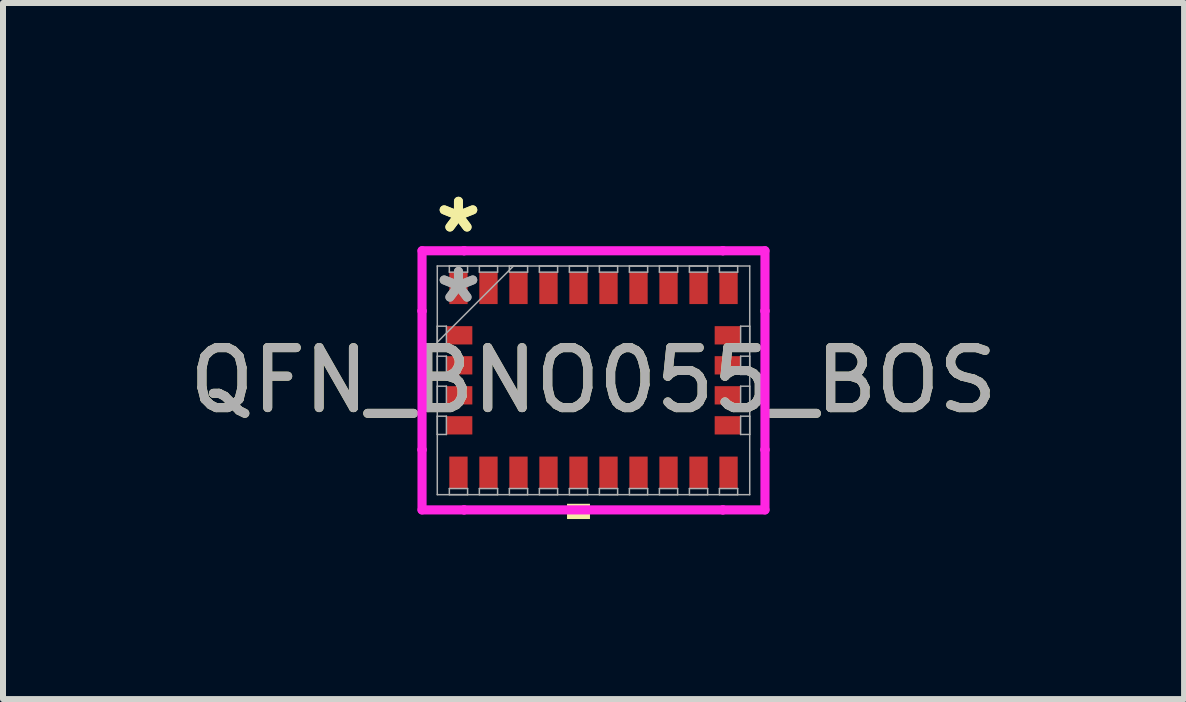
<source format=kicad_pcb>
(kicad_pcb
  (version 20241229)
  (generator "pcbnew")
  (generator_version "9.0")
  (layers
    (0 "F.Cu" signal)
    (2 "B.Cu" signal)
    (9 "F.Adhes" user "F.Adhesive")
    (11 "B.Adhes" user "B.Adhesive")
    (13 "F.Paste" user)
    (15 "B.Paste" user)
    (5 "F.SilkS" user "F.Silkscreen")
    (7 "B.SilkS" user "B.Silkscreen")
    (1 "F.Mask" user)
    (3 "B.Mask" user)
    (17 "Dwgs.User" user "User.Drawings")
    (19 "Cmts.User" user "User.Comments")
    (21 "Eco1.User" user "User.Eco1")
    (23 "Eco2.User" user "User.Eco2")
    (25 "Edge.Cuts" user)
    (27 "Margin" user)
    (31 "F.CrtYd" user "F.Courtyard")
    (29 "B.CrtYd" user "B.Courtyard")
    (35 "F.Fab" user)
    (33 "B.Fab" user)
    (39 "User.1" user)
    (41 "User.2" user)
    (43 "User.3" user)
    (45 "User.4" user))
  (footprint "QFN_BNO055_BOS"
    (layer "F.Cu")
    (at 6.839 3.287)
    (property "Reference" "QFN_BNO055_BOS" (at 0 0 0) (unlocked yes) (layer "F.SilkS") (effects (font (size 1 1) (thickness 0.15))))
    (attr smd)
    (fp_poly (pts (xy -0.441 2.057) (xy -0.441 2.311) (xy -0.059 2.311) (xy -0.059 2.057)) (stroke (width 0) (type solid)) (fill yes) (layer "F.SilkS"))
    (fp_line (start -2.857 -2.159) (end -2.156 -2.159) (stroke (width 0.152) (type solid)) (layer "F.CrtYd"))
    (fp_line (start -2.857 -1.156) (end -2.857 -2.159) (stroke (width 0.152) (type solid)) (layer "F.CrtYd"))
    (fp_line (start -2.857 -1.156) (end -2.857 -1.156) (stroke (width 0.152) (type solid)) (layer "F.CrtYd"))
    (fp_line (start -2.857 1.156) (end -2.857 -1.156) (stroke (width 0.152) (type solid)) (layer "F.CrtYd"))
    (fp_line (start -2.857 1.156) (end -2.857 1.156) (stroke (width 0.152) (type solid)) (layer "F.CrtYd"))
    (fp_line (start -2.857 2.159) (end -2.857 1.156) (stroke (width 0.152) (type solid)) (layer "F.CrtYd"))
    (fp_line (start -2.156 -2.159) (end -2.156 -2.159) (stroke (width 0.152) (type solid)) (layer "F.CrtYd"))
    (fp_line (start -2.156 -2.159) (end 2.156 -2.159) (stroke (width 0.152) (type solid)) (layer "F.CrtYd"))
    (fp_line (start -2.156 2.159) (end -2.857 2.159) (stroke (width 0.152) (type solid)) (layer "F.CrtYd"))
    (fp_line (start -2.156 2.159) (end -2.156 2.159) (stroke (width 0.152) (type solid)) (layer "F.CrtYd"))
    (fp_line (start 2.156 -2.159) (end 2.156 -2.159) (stroke (width 0.152) (type solid)) (layer "F.CrtYd"))
    (fp_line (start 2.156 -2.159) (end 2.857 -2.159) (stroke (width 0.152) (type solid)) (layer "F.CrtYd"))
    (fp_line (start 2.156 2.159) (end -2.156 2.159) (stroke (width 0.152) (type solid)) (layer "F.CrtYd"))
    (fp_line (start 2.156 2.159) (end 2.156 2.159) (stroke (width 0.152) (type solid)) (layer "F.CrtYd"))
    (fp_line (start 2.857 -2.159) (end 2.857 -1.156) (stroke (width 0.152) (type solid)) (layer "F.CrtYd"))
    (fp_line (start 2.857 -1.156) (end 2.857 -1.156) (stroke (width 0.152) (type solid)) (layer "F.CrtYd"))
    (fp_line (start 2.857 -1.156) (end 2.857 1.156) (stroke (width 0.152) (type solid)) (layer "F.CrtYd"))
    (fp_line (start 2.857 1.156) (end 2.857 1.156) (stroke (width 0.152) (type solid)) (layer "F.CrtYd"))
    (fp_line (start 2.857 1.156) (end 2.857 2.159) (stroke (width 0.152) (type solid)) (layer "F.CrtYd"))
    (fp_line (start 2.857 2.159) (end 2.156 2.159) (stroke (width 0.152) (type solid)) (layer "F.CrtYd"))
    (fp_line (start -2.603 -1.905) (end -2.603 1.905) (stroke (width 0.025) (type solid)) (layer "F.Fab"))
    (fp_line (start -2.603 -0.902) (end -2.451 -0.902) (stroke (width 0.025) (type solid)) (layer "F.Fab"))
    (fp_line (start -2.603 -0.635) (end -1.333 -1.905) (stroke (width 0.025) (type solid)) (layer "F.Fab"))
    (fp_line (start -2.603 -0.598) (end -2.603 -0.902) (stroke (width 0.025) (type solid)) (layer "F.Fab"))
    (fp_line (start -2.603 -0.402) (end -2.451 -0.402) (stroke (width 0.025) (type solid)) (layer "F.Fab"))
    (fp_line (start -2.603 -0.098) (end -2.603 -0.402) (stroke (width 0.025) (type solid)) (layer "F.Fab"))
    (fp_line (start -2.603 0.098) (end -2.451 0.098) (stroke (width 0.025) (type solid)) (layer "F.Fab"))
    (fp_line (start -2.603 0.402) (end -2.603 0.098) (stroke (width 0.025) (type solid)) (layer "F.Fab"))
    (fp_line (start -2.603 0.598) (end -2.451 0.598) (stroke (width 0.025) (type solid)) (layer "F.Fab"))
    (fp_line (start -2.603 0.902) (end -2.603 0.598) (stroke (width 0.025) (type solid)) (layer "F.Fab"))
    (fp_line (start -2.603 1.905) (end 2.603 1.905) (stroke (width 0.025) (type solid)) (layer "F.Fab"))
    (fp_line (start -2.451 -0.902) (end -2.451 -0.598) (stroke (width 0.025) (type solid)) (layer "F.Fab"))
    (fp_line (start -2.451 -0.598) (end -2.603 -0.598) (stroke (width 0.025) (type solid)) (layer "F.Fab"))
    (fp_line (start -2.451 -0.402) (end -2.451 -0.098) (stroke (width 0.025) (type solid)) (layer "F.Fab"))
    (fp_line (start -2.451 -0.098) (end -2.603 -0.098) (stroke (width 0.025) (type solid)) (layer "F.Fab"))
    (fp_line (start -2.451 0.098) (end -2.451 0.402) (stroke (width 0.025) (type solid)) (layer "F.Fab"))
    (fp_line (start -2.451 0.402) (end -2.603 0.402) (stroke (width 0.025) (type solid)) (layer "F.Fab"))
    (fp_line (start -2.451 0.598) (end -2.451 0.902) (stroke (width 0.025) (type solid)) (layer "F.Fab"))
    (fp_line (start -2.451 0.902) (end -2.603 0.902) (stroke (width 0.025) (type solid)) (layer "F.Fab"))
    (fp_line (start -2.402 -1.905) (end -2.098 -1.905) (stroke (width 0.025) (type solid)) (layer "F.Fab"))
    (fp_line (start -2.402 -1.803) (end -2.402 -1.905) (stroke (width 0.025) (type solid)) (layer "F.Fab"))
    (fp_line (start -2.402 1.803) (end -2.098 1.803) (stroke (width 0.025) (type solid)) (layer "F.Fab"))
    (fp_line (start -2.402 1.905) (end -2.402 1.803) (stroke (width 0.025) (type solid)) (layer "F.Fab"))
    (fp_line (start -2.098 -1.905) (end -2.098 -1.803) (stroke (width 0.025) (type solid)) (layer "F.Fab"))
    (fp_line (start -2.098 -1.803) (end -2.402 -1.803) (stroke (width 0.025) (type solid)) (layer "F.Fab"))
    (fp_line (start -2.098 1.803) (end -2.098 1.905) (stroke (width 0.025) (type solid)) (layer "F.Fab"))
    (fp_line (start -2.098 1.905) (end -2.402 1.905) (stroke (width 0.025) (type solid)) (layer "F.Fab"))
    (fp_line (start -1.902 -1.905) (end -1.598 -1.905) (stroke (width 0.025) (type solid)) (layer "F.Fab"))
    (fp_line (start -1.902 -1.803) (end -1.902 -1.905) (stroke (width 0.025) (type solid)) (layer "F.Fab"))
    (fp_line (start -1.902 1.803) (end -1.598 1.803) (stroke (width 0.025) (type solid)) (layer "F.Fab"))
    (fp_line (start -1.902 1.905) (end -1.902 1.803) (stroke (width 0.025) (type solid)) (layer "F.Fab"))
    (fp_line (start -1.598 -1.905) (end -1.598 -1.803) (stroke (width 0.025) (type solid)) (layer "F.Fab"))
    (fp_line (start -1.598 -1.803) (end -1.902 -1.803) (stroke (width 0.025) (type solid)) (layer "F.Fab"))
    (fp_line (start -1.598 1.803) (end -1.598 1.905) (stroke (width 0.025) (type solid)) (layer "F.Fab"))
    (fp_line (start -1.598 1.905) (end -1.902 1.905) (stroke (width 0.025) (type solid)) (layer "F.Fab"))
    (fp_line (start -1.402 -1.905) (end -1.098 -1.905) (stroke (width 0.025) (type solid)) (layer "F.Fab"))
    (fp_line (start -1.402 -1.803) (end -1.402 -1.905) (stroke (width 0.025) (type solid)) (layer "F.Fab"))
    (fp_line (start -1.402 1.803) (end -1.098 1.803) (stroke (width 0.025) (type solid)) (layer "F.Fab"))
    (fp_line (start -1.402 1.905) (end -1.402 1.803) (stroke (width 0.025) (type solid)) (layer "F.Fab"))
    (fp_line (start -1.098 -1.905) (end -1.098 -1.803) (stroke (width 0.025) (type solid)) (layer "F.Fab"))
    (fp_line (start -1.098 -1.803) (end -1.402 -1.803) (stroke (width 0.025) (type solid)) (layer "F.Fab"))
    (fp_line (start -1.098 1.803) (end -1.098 1.905) (stroke (width 0.025) (type solid)) (layer "F.Fab"))
    (fp_line (start -1.098 1.905) (end -1.402 1.905) (stroke (width 0.025) (type solid)) (layer "F.Fab"))
    (fp_line (start -0.902 -1.905) (end -0.598 -1.905) (stroke (width 0.025) (type solid)) (layer "F.Fab"))
    (fp_line (start -0.902 -1.803) (end -0.902 -1.905) (stroke (width 0.025) (type solid)) (layer "F.Fab"))
    (fp_line (start -0.902 1.803) (end -0.598 1.803) (stroke (width 0.025) (type solid)) (layer "F.Fab"))
    (fp_line (start -0.902 1.905) (end -0.902 1.803) (stroke (width 0.025) (type solid)) (layer "F.Fab"))
    (fp_line (start -0.598 -1.905) (end -0.598 -1.803) (stroke (width 0.025) (type solid)) (layer "F.Fab"))
    (fp_line (start -0.598 -1.803) (end -0.902 -1.803) (stroke (width 0.025) (type solid)) (layer "F.Fab"))
    (fp_line (start -0.598 1.803) (end -0.598 1.905) (stroke (width 0.025) (type solid)) (layer "F.Fab"))
    (fp_line (start -0.598 1.905) (end -0.902 1.905) (stroke (width 0.025) (type solid)) (layer "F.Fab"))
    (fp_line (start -0.402 -1.905) (end -0.098 -1.905) (stroke (width 0.025) (type solid)) (layer "F.Fab"))
    (fp_line (start -0.402 -1.803) (end -0.402 -1.905) (stroke (width 0.025) (type solid)) (layer "F.Fab"))
    (fp_line (start -0.402 1.803) (end -0.098 1.803) (stroke (width 0.025) (type solid)) (layer "F.Fab"))
    (fp_line (start -0.402 1.905) (end -0.402 1.803) (stroke (width 0.025) (type solid)) (layer "F.Fab"))
    (fp_line (start -0.098 -1.905) (end -0.098 -1.803) (stroke (width 0.025) (type solid)) (layer "F.Fab"))
    (fp_line (start -0.098 -1.803) (end -0.402 -1.803) (stroke (width 0.025) (type solid)) (layer "F.Fab"))
    (fp_line (start -0.098 1.803) (end -0.098 1.905) (stroke (width 0.025) (type solid)) (layer "F.Fab"))
    (fp_line (start -0.098 1.905) (end -0.402 1.905) (stroke (width 0.025) (type solid)) (layer "F.Fab"))
    (fp_line (start 0.098 -1.905) (end 0.402 -1.905) (stroke (width 0.025) (type solid)) (layer "F.Fab"))
    (fp_line (start 0.098 -1.803) (end 0.098 -1.905) (stroke (width 0.025) (type solid)) (layer "F.Fab"))
    (fp_line (start 0.098 1.803) (end 0.402 1.803) (stroke (width 0.025) (type solid)) (layer "F.Fab"))
    (fp_line (start 0.098 1.905) (end 0.098 1.803) (stroke (width 0.025) (type solid)) (layer "F.Fab"))
    (fp_line (start 0.402 -1.905) (end 0.402 -1.803) (stroke (width 0.025) (type solid)) (layer "F.Fab"))
    (fp_line (start 0.402 -1.803) (end 0.098 -1.803) (stroke (width 0.025) (type solid)) (layer "F.Fab"))
    (fp_line (start 0.402 1.803) (end 0.402 1.905) (stroke (width 0.025) (type solid)) (layer "F.Fab"))
    (fp_line (start 0.402 1.905) (end 0.098 1.905) (stroke (width 0.025) (type solid)) (layer "F.Fab"))
    (fp_line (start 0.598 -1.905) (end 0.902 -1.905) (stroke (width 0.025) (type solid)) (layer "F.Fab"))
    (fp_line (start 0.598 -1.803) (end 0.598 -1.905) (stroke (width 0.025) (type solid)) (layer "F.Fab"))
    (fp_line (start 0.598 1.803) (end 0.902 1.803) (stroke (width 0.025) (type solid)) (layer "F.Fab"))
    (fp_line (start 0.598 1.905) (end 0.598 1.803) (stroke (width 0.025) (type solid)) (layer "F.Fab"))
    (fp_line (start 0.902 -1.905) (end 0.902 -1.803) (stroke (width 0.025) (type solid)) (layer "F.Fab"))
    (fp_line (start 0.902 -1.803) (end 0.598 -1.803) (stroke (width 0.025) (type solid)) (layer "F.Fab"))
    (fp_line (start 0.902 1.803) (end 0.902 1.905) (stroke (width 0.025) (type solid)) (layer "F.Fab"))
    (fp_line (start 0.902 1.905) (end 0.598 1.905) (stroke (width 0.025) (type solid)) (layer "F.Fab"))
    (fp_line (start 1.098 -1.905) (end 1.402 -1.905) (stroke (width 0.025) (type solid)) (layer "F.Fab"))
    (fp_line (start 1.098 -1.803) (end 1.098 -1.905) (stroke (width 0.025) (type solid)) (layer "F.Fab"))
    (fp_line (start 1.098 1.803) (end 1.402 1.803) (stroke (width 0.025) (type solid)) (layer "F.Fab"))
    (fp_line (start 1.098 1.905) (end 1.098 1.803) (stroke (width 0.025) (type solid)) (layer "F.Fab"))
    (fp_line (start 1.402 -1.905) (end 1.402 -1.803) (stroke (width 0.025) (type solid)) (layer "F.Fab"))
    (fp_line (start 1.402 -1.803) (end 1.098 -1.803) (stroke (width 0.025) (type solid)) (layer "F.Fab"))
    (fp_line (start 1.402 1.803) (end 1.402 1.905) (stroke (width 0.025) (type solid)) (layer "F.Fab"))
    (fp_line (start 1.402 1.905) (end 1.098 1.905) (stroke (width 0.025) (type solid)) (layer "F.Fab"))
    (fp_line (start 1.598 -1.905) (end 1.902 -1.905) (stroke (width 0.025) (type solid)) (layer "F.Fab"))
    (fp_line (start 1.598 -1.803) (end 1.598 -1.905) (stroke (width 0.025) (type solid)) (layer "F.Fab"))
    (fp_line (start 1.598 1.803) (end 1.902 1.803) (stroke (width 0.025) (type solid)) (layer "F.Fab"))
    (fp_line (start 1.598 1.905) (end 1.598 1.803) (stroke (width 0.025) (type solid)) (layer "F.Fab"))
    (fp_line (start 1.902 -1.905) (end 1.902 -1.803) (stroke (width 0.025) (type solid)) (layer "F.Fab"))
    (fp_line (start 1.902 -1.803) (end 1.598 -1.803) (stroke (width 0.025) (type solid)) (layer "F.Fab"))
    (fp_line (start 1.902 1.803) (end 1.902 1.905) (stroke (width 0.025) (type solid)) (layer "F.Fab"))
    (fp_line (start 1.902 1.905) (end 1.598 1.905) (stroke (width 0.025) (type solid)) (layer "F.Fab"))
    (fp_line (start 2.098 -1.905) (end 2.402 -1.905) (stroke (width 0.025) (type solid)) (layer "F.Fab"))
    (fp_line (start 2.098 -1.803) (end 2.098 -1.905) (stroke (width 0.025) (type solid)) (layer "F.Fab"))
    (fp_line (start 2.098 1.803) (end 2.402 1.803) (stroke (width 0.025) (type solid)) (layer "F.Fab"))
    (fp_line (start 2.098 1.905) (end 2.098 1.803) (stroke (width 0.025) (type solid)) (layer "F.Fab"))
    (fp_line (start 2.402 -1.905) (end 2.402 -1.803) (stroke (width 0.025) (type solid)) (layer "F.Fab"))
    (fp_line (start 2.402 -1.803) (end 2.098 -1.803) (stroke (width 0.025) (type solid)) (layer "F.Fab"))
    (fp_line (start 2.402 1.803) (end 2.402 1.905) (stroke (width 0.025) (type solid)) (layer "F.Fab"))
    (fp_line (start 2.402 1.905) (end 2.098 1.905) (stroke (width 0.025) (type solid)) (layer "F.Fab"))
    (fp_line (start 2.451 -0.902) (end 2.603 -0.902) (stroke (width 0.025) (type solid)) (layer "F.Fab"))
    (fp_line (start 2.451 -0.598) (end 2.451 -0.902) (stroke (width 0.025) (type solid)) (layer "F.Fab"))
    (fp_line (start 2.451 -0.402) (end 2.603 -0.402) (stroke (width 0.025) (type solid)) (layer "F.Fab"))
    (fp_line (start 2.451 -0.098) (end 2.451 -0.402) (stroke (width 0.025) (type solid)) (layer "F.Fab"))
    (fp_line (start 2.451 0.098) (end 2.603 0.098) (stroke (width 0.025) (type solid)) (layer "F.Fab"))
    (fp_line (start 2.451 0.402) (end 2.451 0.098) (stroke (width 0.025) (type solid)) (layer "F.Fab"))
    (fp_line (start 2.451 0.598) (end 2.603 0.598) (stroke (width 0.025) (type solid)) (layer "F.Fab"))
    (fp_line (start 2.451 0.902) (end 2.451 0.598) (stroke (width 0.025) (type solid)) (layer "F.Fab"))
    (fp_line (start 2.603 -1.905) (end -2.603 -1.905) (stroke (width 0.025) (type solid)) (layer "F.Fab"))
    (fp_line (start 2.603 -0.902) (end 2.603 -0.598) (stroke (width 0.025) (type solid)) (layer "F.Fab"))
    (fp_line (start 2.603 -0.598) (end 2.451 -0.598) (stroke (width 0.025) (type solid)) (layer "F.Fab"))
    (fp_line (start 2.603 -0.402) (end 2.603 -0.098) (stroke (width 0.025) (type solid)) (layer "F.Fab"))
    (fp_line (start 2.603 -0.098) (end 2.451 -0.098) (stroke (width 0.025) (type solid)) (layer "F.Fab"))
    (fp_line (start 2.603 0.098) (end 2.603 0.402) (stroke (width 0.025) (type solid)) (layer "F.Fab"))
    (fp_line (start 2.603 0.402) (end 2.451 0.402) (stroke (width 0.025) (type solid)) (layer "F.Fab"))
    (fp_line (start 2.603 0.598) (end 2.603 0.902) (stroke (width 0.025) (type solid)) (layer "F.Fab"))
    (fp_line (start 2.603 0.902) (end 2.451 0.902) (stroke (width 0.025) (type solid)) (layer "F.Fab"))
    (fp_line (start 2.603 1.905) (end 2.603 -1.905) (stroke (width 0.025) (type solid)) (layer "F.Fab"))
    (fp_text user "*" (at -2.25 -2.438 0) (layer "F.SilkS") (effects (font (size 1 1) (thickness 0.15))))
    (fp_text user "*" (at -2.25 -2.438 0) (unlocked yes) (layer "F.SilkS") (effects (font (size 1 1) (thickness 0.15))))
    (fp_text user "*" (at -2.25 -1.27 0) (unlocked yes) (layer "F.Fab") (effects (font (size 1 1) (thickness 0.15))))
    (fp_text user "*" (at -2.25 -1.27 0) (layer "F.Fab") (effects (font (size 1 1) (thickness 0.15))))
    (fp_text user "${REFERENCE}" (at 0 0 0) (unlocked yes) (layer "F.Fab") (effects (font (size 1 1) (thickness 0.15))))
    (pad "1" smd rect (at -2.25 -1.537) (size 0.305 0.533) (layers "F.Cu" "F.Mask" "F.Paste"))
    (pad "2" smd rect (at -2.235 -0.75 90) (size 0.305 0.432) (layers "F.Cu" "F.Mask" "F.Paste"))
    (pad "3" smd rect (at -2.235 -0.25 90) (size 0.305 0.432) (layers "F.Cu" "F.Mask" "F.Paste"))
    (pad "4" smd rect (at -2.235 0.25 90) (size 0.305 0.432) (layers "F.Cu" "F.Mask" "F.Paste"))
    (pad "5" smd rect (at -2.235 0.75 90) (size 0.305 0.432) (layers "F.Cu" "F.Mask" "F.Paste"))
    (pad "6" smd rect (at -2.25 1.537) (size 0.305 0.533) (layers "F.Cu" "F.Mask" "F.Paste"))
    (pad "7" smd rect (at -1.75 1.537) (size 0.305 0.533) (layers "F.Cu" "F.Mask" "F.Paste"))
    (pad "8" smd rect (at -1.25 1.537) (size 0.305 0.533) (layers "F.Cu" "F.Mask" "F.Paste"))
    (pad "9" smd rect (at -0.75 1.537) (size 0.305 0.533) (layers "F.Cu" "F.Mask" "F.Paste"))
    (pad "10" smd rect (at -0.25 1.537) (size 0.305 0.533) (layers "F.Cu" "F.Mask" "F.Paste"))
    (pad "11" smd rect (at 0.25 1.537) (size 0.305 0.533) (layers "F.Cu" "F.Mask" "F.Paste"))
    (pad "12" smd rect (at 0.75 1.537) (size 0.305 0.533) (layers "F.Cu" "F.Mask" "F.Paste"))
    (pad "13" smd rect (at 1.25 1.537) (size 0.305 0.533) (layers "F.Cu" "F.Mask" "F.Paste"))
    (pad "14" smd rect (at 1.75 1.537) (size 0.305 0.533) (layers "F.Cu" "F.Mask" "F.Paste"))
    (pad "15" smd rect (at 2.25 1.537) (size 0.305 0.533) (layers "F.Cu" "F.Mask" "F.Paste"))
    (pad "16" smd rect (at 2.235 0.75 90) (size 0.305 0.432) (layers "F.Cu" "F.Mask" "F.Paste"))
    (pad "17" smd rect (at 2.235 0.25 90) (size 0.305 0.432) (layers "F.Cu" "F.Mask" "F.Paste"))
    (pad "18" smd rect (at 2.235 -0.25 90) (size 0.305 0.432) (layers "F.Cu" "F.Mask" "F.Paste"))
    (pad "19" smd rect (at 2.235 -0.75 90) (size 0.305 0.432) (layers "F.Cu" "F.Mask" "F.Paste"))
    (pad "20" smd rect (at 2.25 -1.537) (size 0.305 0.533) (layers "F.Cu" "F.Mask" "F.Paste"))
    (pad "21" smd rect (at 1.75 -1.537) (size 0.305 0.533) (layers "F.Cu" "F.Mask" "F.Paste"))
    (pad "22" smd rect (at 1.25 -1.537) (size 0.305 0.533) (layers "F.Cu" "F.Mask" "F.Paste"))
    (pad "23" smd rect (at 0.75 -1.537) (size 0.305 0.533) (layers "F.Cu" "F.Mask" "F.Paste"))
    (pad "24" smd rect (at 0.25 -1.537) (size 0.305 0.533) (layers "F.Cu" "F.Mask" "F.Paste"))
    (pad "25" smd rect (at -0.25 -1.537) (size 0.305 0.533) (layers "F.Cu" "F.Mask" "F.Paste"))
    (pad "26" smd rect (at -0.75 -1.537) (size 0.305 0.533) (layers "F.Cu" "F.Mask" "F.Paste"))
    (pad "27" smd rect (at -1.25 -1.537) (size 0.305 0.533) (layers "F.Cu" "F.Mask" "F.Paste"))
    (pad "28" smd rect (at -1.75 -1.537) (size 0.305 0.533) (layers "F.Cu" "F.Mask" "F.Paste")))
  (gr_rect
    (start -3 -3)
    (end 16.679 8.598)
    (stroke (width 0.1) (type default))
    (fill no)
    (layer "Edge.Cuts")))
</source>
